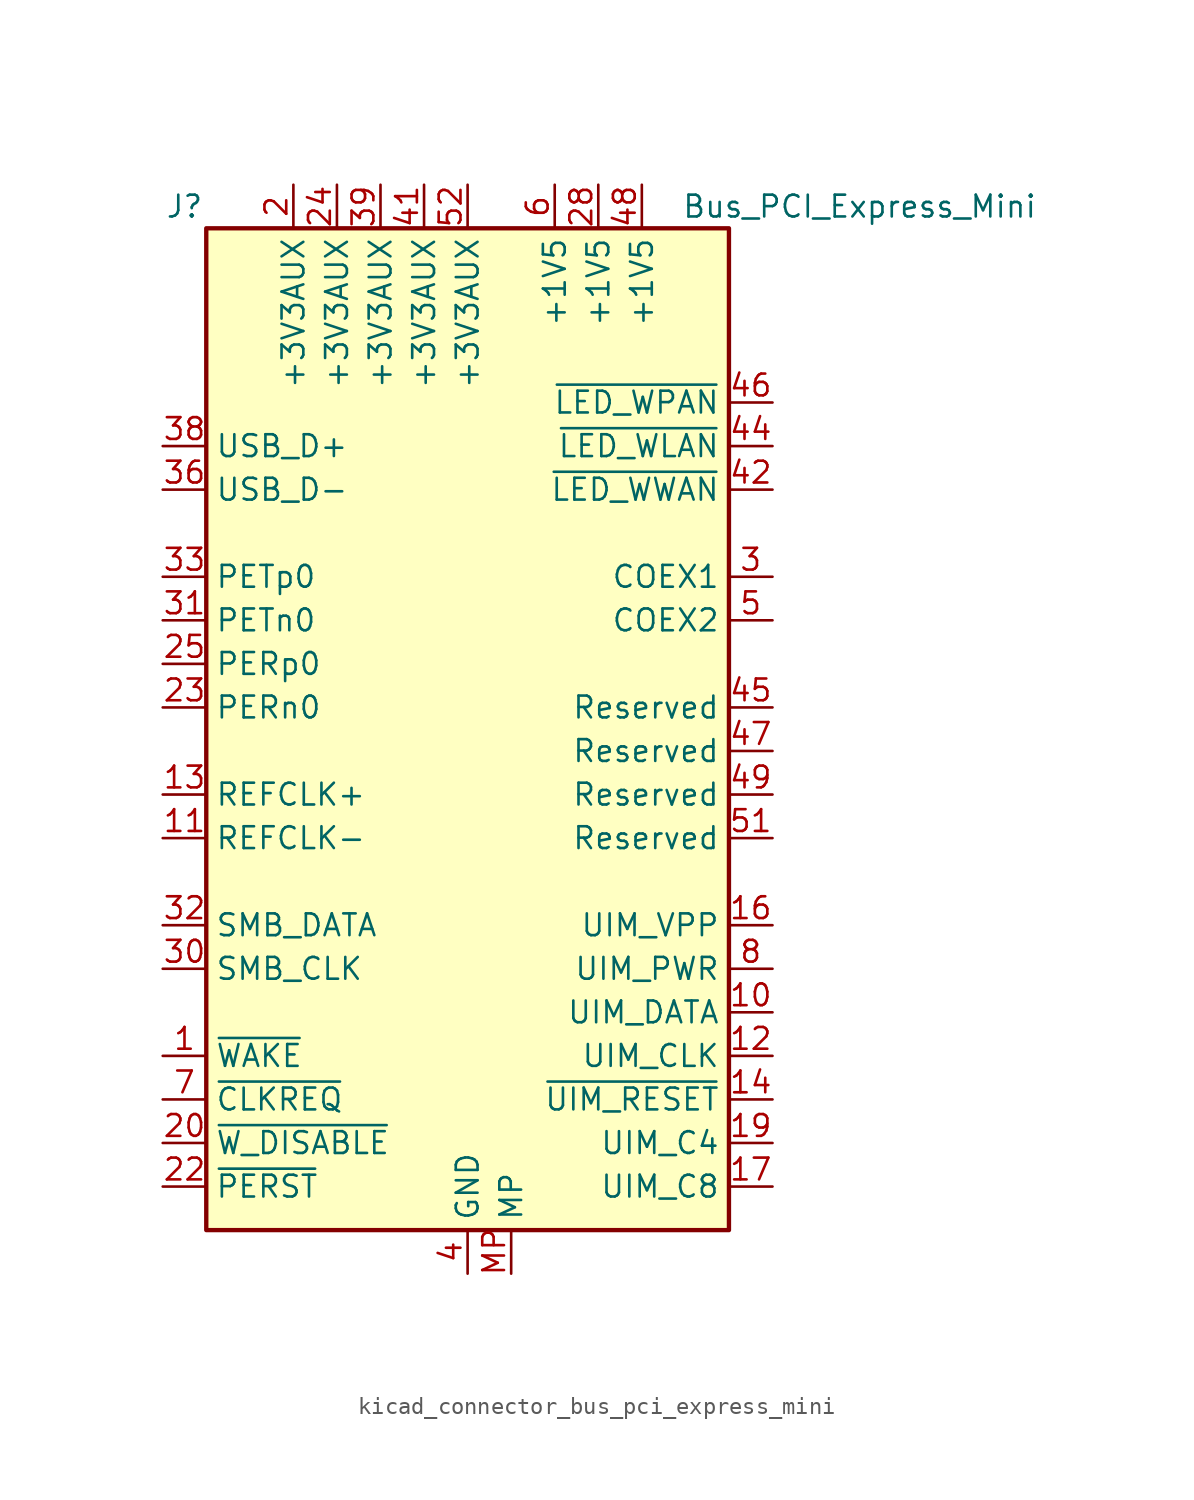
<source format=kicad_sym>
(kicad_symbol_lib
  (version 20220914)
  (generator kicad_symbol_editor)
  (symbol "kicad_connector_bus_pci_express_mini"
    (property "Reference" "J"
      (at -16.51 31.75 0)
      (effects (font (size 1.27 1.27))))
    (property "Value" "Bus_PCI_Express_Mini"
      (at 22.86 31.75 0)
      (effects (font (size 1.27 1.27))))
    (symbol "kicad_connector_bus_pci_express_mini_0_1"
      (rectangle (start -15.24 30.48) (end 15.24 -27.94) (stroke (width 0.254) (type default)) (fill (type background))))
    (symbol "kicad_connector_bus_pci_express_mini_1_1"
      (pin open_collector line (at -17.78 -17.78 0) (length 2.54) (name "~{WAKE}" (effects (font (size 1.27 1.27)))) (number "1" (effects (font (size 1.27 1.27)))))
      (pin bidirectional line (at 17.78 -15.24 180) (length 2.54) (name "UIM_DATA" (effects (font (size 1.27 1.27)))) (number "10" (effects (font (size 1.27 1.27)))))
      (pin input line (at -17.78 -5.08 0) (length 2.54) (name "REFCLK-" (effects (font (size 1.27 1.27)))) (number "11" (effects (font (size 1.27 1.27)))))
      (pin output line (at 17.78 -17.78 180) (length 2.54) (name "UIM_CLK" (effects (font (size 1.27 1.27)))) (number "12" (effects (font (size 1.27 1.27)))))
      (pin input line (at -17.78 -2.54 0) (length 2.54) (name "REFCLK+" (effects (font (size 1.27 1.27)))) (number "13" (effects (font (size 1.27 1.27)))))
      (pin output line (at 17.78 -20.32 180) (length 2.54) (name "~{UIM_RESET}" (effects (font (size 1.27 1.27)))) (number "14" (effects (font (size 1.27 1.27)))))
      (pin passive line (at 0 -30.48 90) (length 2.54) hide (name "GND" (effects (font (size 1.27 1.27)))) (number "15" (effects (font (size 1.27 1.27)))))
      (pin power_out line (at 17.78 -10.16 180) (length 2.54) (name "UIM_VPP" (effects (font (size 1.27 1.27)))) (number "16" (effects (font (size 1.27 1.27)))))
      (pin passive line (at 17.78 -25.4 180) (length 2.54) (name "UIM_C8" (effects (font (size 1.27 1.27)))) (number "17" (effects (font (size 1.27 1.27)))))
      (pin passive line (at 0 -30.48 90) (length 2.54) hide (name "GND" (effects (font (size 1.27 1.27)))) (number "18" (effects (font (size 1.27 1.27)))))
      (pin passive line (at 17.78 -22.86 180) (length 2.54) (name "UIM_C4" (effects (font (size 1.27 1.27)))) (number "19" (effects (font (size 1.27 1.27)))))
      (pin power_in line (at -10.16 33.02 270) (length 2.54) (name "+3V3AUX" (effects (font (size 1.27 1.27)))) (number "2" (effects (font (size 1.27 1.27)))))
      (pin input line (at -17.78 -22.86 0) (length 2.54) (name "~{W_DISABLE}" (effects (font (size 1.27 1.27)))) (number "20" (effects (font (size 1.27 1.27)))))
      (pin passive line (at 0 -30.48 90) (length 2.54) hide (name "GND" (effects (font (size 1.27 1.27)))) (number "21" (effects (font (size 1.27 1.27)))))
      (pin input line (at -17.78 -25.4 0) (length 2.54) (name "~{PERST}" (effects (font (size 1.27 1.27)))) (number "22" (effects (font (size 1.27 1.27)))))
      (pin output line (at -17.78 2.54 0) (length 2.54) (name "PERn0" (effects (font (size 1.27 1.27)))) (number "23" (effects (font (size 1.27 1.27)))))
      (pin power_in line (at -7.62 33.02 270) (length 2.54) (name "+3V3AUX" (effects (font (size 1.27 1.27)))) (number "24" (effects (font (size 1.27 1.27)))))
      (pin output line (at -17.78 5.08 0) (length 2.54) (name "PERp0" (effects (font (size 1.27 1.27)))) (number "25" (effects (font (size 1.27 1.27)))))
      (pin passive line (at 0 -30.48 90) (length 2.54) hide (name "GND" (effects (font (size 1.27 1.27)))) (number "26" (effects (font (size 1.27 1.27)))))
      (pin passive line (at 0 -30.48 90) (length 2.54) hide (name "GND" (effects (font (size 1.27 1.27)))) (number "27" (effects (font (size 1.27 1.27)))))
      (pin power_in line (at 7.62 33.02 270) (length 2.54) (name "+1V5" (effects (font (size 1.27 1.27)))) (number "28" (effects (font (size 1.27 1.27)))))
      (pin passive line (at 0 -30.48 90) (length 2.54) hide (name "GND" (effects (font (size 1.27 1.27)))) (number "29" (effects (font (size 1.27 1.27)))))
      (pin passive line (at 17.78 10.16 180) (length 2.54) (name "COEX1" (effects (font (size 1.27 1.27)))) (number "3" (effects (font (size 1.27 1.27)))))
      (pin input line (at -17.78 -12.7 0) (length 2.54) (name "SMB_CLK" (effects (font (size 1.27 1.27)))) (number "30" (effects (font (size 1.27 1.27)))))
      (pin input line (at -17.78 7.62 0) (length 2.54) (name "PETn0" (effects (font (size 1.27 1.27)))) (number "31" (effects (font (size 1.27 1.27)))))
      (pin bidirectional line (at -17.78 -10.16 0) (length 2.54) (name "SMB_DATA" (effects (font (size 1.27 1.27)))) (number "32" (effects (font (size 1.27 1.27)))))
      (pin input line (at -17.78 10.16 0) (length 2.54) (name "PETp0" (effects (font (size 1.27 1.27)))) (number "33" (effects (font (size 1.27 1.27)))))
      (pin passive line (at 0 -30.48 90) (length 2.54) hide (name "GND" (effects (font (size 1.27 1.27)))) (number "34" (effects (font (size 1.27 1.27)))))
      (pin passive line (at 0 -30.48 90) (length 2.54) hide (name "GND" (effects (font (size 1.27 1.27)))) (number "35" (effects (font (size 1.27 1.27)))))
      (pin bidirectional line (at -17.78 15.24 0) (length 2.54) (name "USB_D-" (effects (font (size 1.27 1.27)))) (number "36" (effects (font (size 1.27 1.27)))))
      (pin passive line (at 0 -30.48 90) (length 2.54) hide (name "GND" (effects (font (size 1.27 1.27)))) (number "37" (effects (font (size 1.27 1.27)))))
      (pin bidirectional line (at -17.78 17.78 0) (length 2.54) (name "USB_D+" (effects (font (size 1.27 1.27)))) (number "38" (effects (font (size 1.27 1.27)))))
      (pin power_in line (at -5.08 33.02 270) (length 2.54) (name "+3V3AUX" (effects (font (size 1.27 1.27)))) (number "39" (effects (font (size 1.27 1.27)))))
      (pin power_in line (at 0 -30.48 90) (length 2.54) (name "GND" (effects (font (size 1.27 1.27)))) (number "4" (effects (font (size 1.27 1.27)))))
      (pin passive line (at 0 -30.48 90) (length 2.54) hide (name "GND" (effects (font (size 1.27 1.27)))) (number "40" (effects (font (size 1.27 1.27)))))
      (pin power_in line (at -2.54 33.02 270) (length 2.54) (name "+3V3AUX" (effects (font (size 1.27 1.27)))) (number "41" (effects (font (size 1.27 1.27)))))
      (pin open_collector line (at 17.78 15.24 180) (length 2.54) (name "~{LED_WWAN}" (effects (font (size 1.27 1.27)))) (number "42" (effects (font (size 1.27 1.27)))))
      (pin passive line (at 0 -30.48 90) (length 2.54) hide (name "GND" (effects (font (size 1.27 1.27)))) (number "43" (effects (font (size 1.27 1.27)))))
      (pin open_collector line (at 17.78 17.78 180) (length 2.54) (name "~{LED_WLAN}" (effects (font (size 1.27 1.27)))) (number "44" (effects (font (size 1.27 1.27)))))
      (pin passive line (at 17.78 2.54 180) (length 2.54) (name "Reserved" (effects (font (size 1.27 1.27)))) (number "45" (effects (font (size 1.27 1.27)))))
      (pin open_collector line (at 17.78 20.32 180) (length 2.54) (name "~{LED_WPAN}" (effects (font (size 1.27 1.27)))) (number "46" (effects (font (size 1.27 1.27)))))
      (pin passive line (at 17.78 0 180) (length 2.54) (name "Reserved" (effects (font (size 1.27 1.27)))) (number "47" (effects (font (size 1.27 1.27)))))
      (pin power_in line (at 10.16 33.02 270) (length 2.54) (name "+1V5" (effects (font (size 1.27 1.27)))) (number "48" (effects (font (size 1.27 1.27)))))
      (pin passive line (at 17.78 -2.54 180) (length 2.54) (name "Reserved" (effects (font (size 1.27 1.27)))) (number "49" (effects (font (size 1.27 1.27)))))
      (pin passive line (at 17.78 7.62 180) (length 2.54) (name "COEX2" (effects (font (size 1.27 1.27)))) (number "5" (effects (font (size 1.27 1.27)))))
      (pin passive line (at 0 -30.48 90) (length 2.54) hide (name "GND" (effects (font (size 1.27 1.27)))) (number "50" (effects (font (size 1.27 1.27)))))
      (pin passive line (at 17.78 -5.08 180) (length 2.54) (name "Reserved" (effects (font (size 1.27 1.27)))) (number "51" (effects (font (size 1.27 1.27)))))
      (pin power_in line (at 0 33.02 270) (length 2.54) (name "+3V3AUX" (effects (font (size 1.27 1.27)))) (number "52" (effects (font (size 1.27 1.27)))))
      (pin power_in line (at 5.08 33.02 270) (length 2.54) (name "+1V5" (effects (font (size 1.27 1.27)))) (number "6" (effects (font (size 1.27 1.27)))))
      (pin open_collector line (at -17.78 -20.32 0) (length 2.54) (name "~{CLKREQ}" (effects (font (size 1.27 1.27)))) (number "7" (effects (font (size 1.27 1.27)))))
      (pin power_out line (at 17.78 -12.7 180) (length 2.54) (name "UIM_PWR" (effects (font (size 1.27 1.27)))) (number "8" (effects (font (size 1.27 1.27)))))
      (pin passive line (at 0 -30.48 90) (length 2.54) hide (name "GND" (effects (font (size 1.27 1.27)))) (number "9" (effects (font (size 1.27 1.27)))))
      (pin passive line (at 2.54 -30.48 90) (length 2.54) (name "MP" (effects (font (size 1.27 1.27)))) (number "MP" (effects (font (size 1.27 1.27))))))))
</source>
